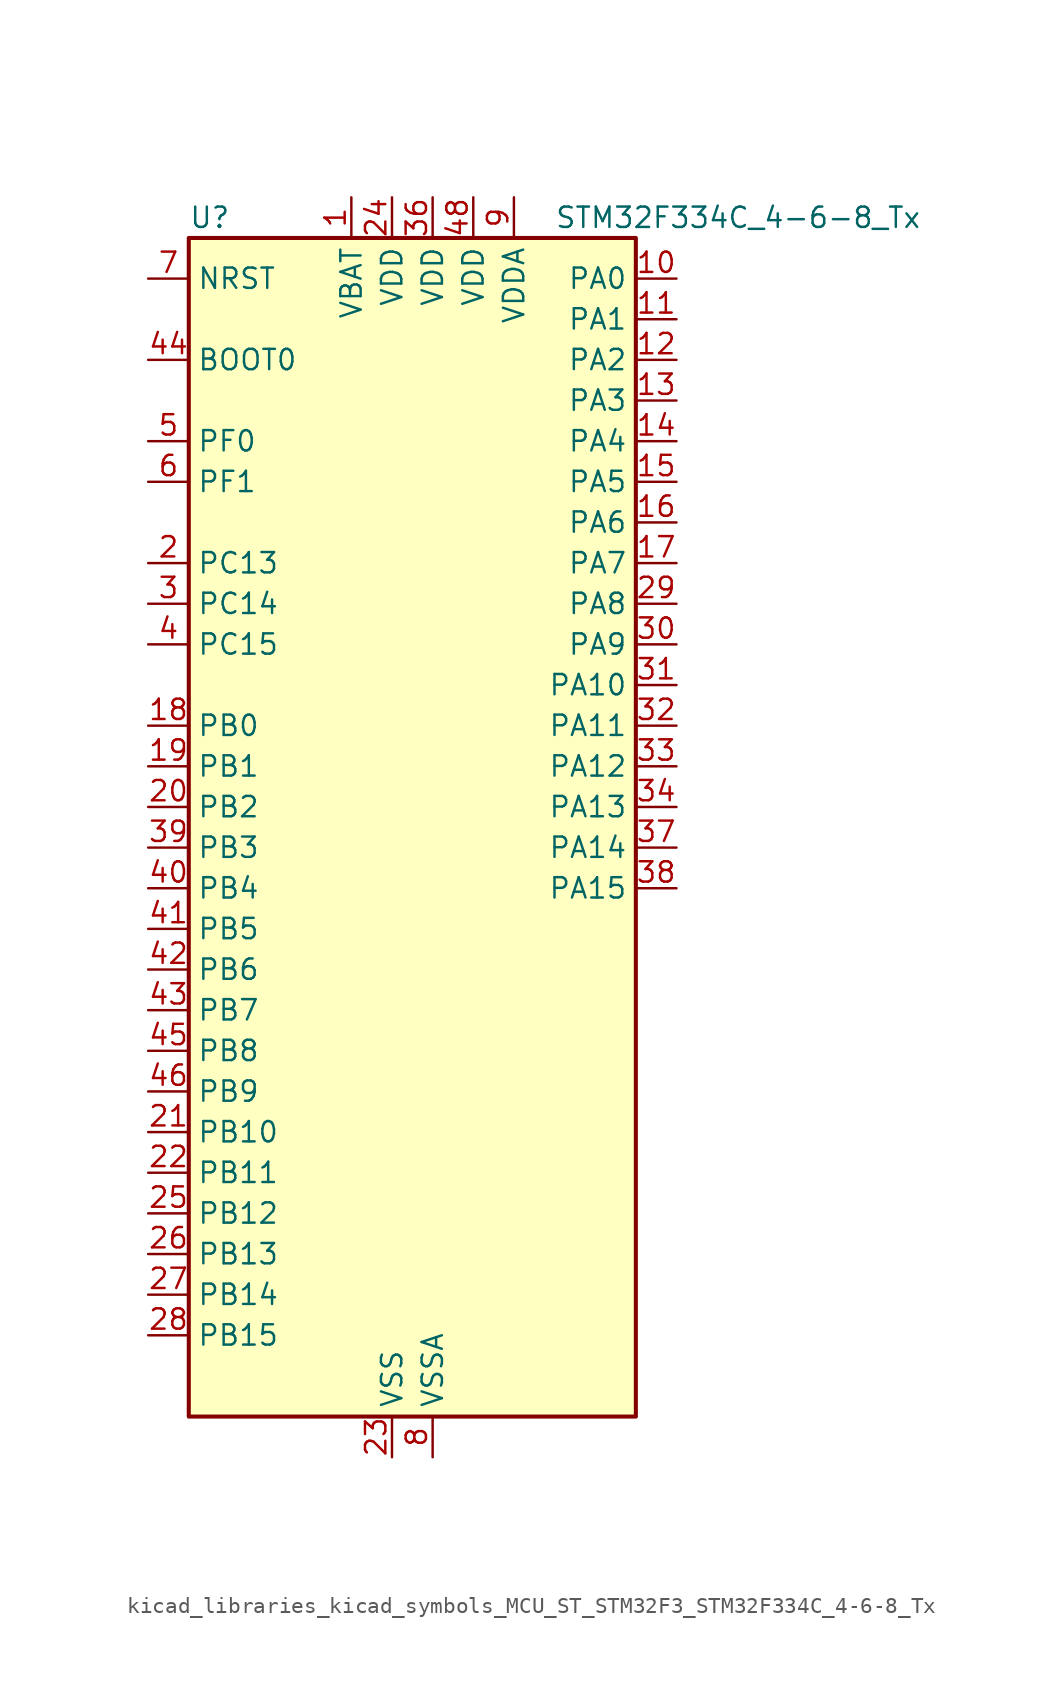
<source format=kicad_sym>
(kicad_symbol_lib
  (version 20220914)
  (generator kicad_symbol_editor)
  (symbol "kicad_libraries_kicad_symbols_MCU_ST_STM32F3_STM32F334C_4-6-8_Tx"
    (property "Reference" "U"
      (at -12.7 39.37 0)
      (effects (font (size 1.27 1.27)) (justify left)))
    (property "Value" "STM32F334C_4-6-8_Tx"
      (at 10.16 39.37 0)
      (effects (font (size 1.27 1.27)) (justify left)))
    (property "ki_locked" ""
      (at 0 0 0)
      (effects (font (size 1.27 1.27))))
    (symbol "kicad_libraries_kicad_symbols_MCU_ST_STM32F3_STM32F334C_4-6-8_Tx_0_1"
      (rectangle (start -12.7 -35.56) (end 15.24 38.1) (stroke (width 0.254) (type default)) (fill (type background))))
    (symbol "kicad_libraries_kicad_symbols_MCU_ST_STM32F3_STM32F334C_4-6-8_Tx_1_1"
      (pin power_in line (at -2.54 40.64 270) (length 2.54) (name "VBAT" (effects (font (size 1.27 1.27)))) (number "1" (effects (font (size 1.27 1.27)))))
      (pin bidirectional line (at 17.78 35.56 180) (length 2.54) (name "PA0" (effects (font (size 1.27 1.27)))) (number "10" (effects (font (size 1.27 1.27)))) (alternate "ADC1_IN1" bidirectional line) (alternate "RTC_TAMP2" bidirectional line) (alternate "SYS_WKUP1" bidirectional line) (alternate "TIM2_CH1" bidirectional line) (alternate "TIM2_ETR" bidirectional line) (alternate "TSC_G1_IO1" bidirectional line) (alternate "USART2_CTS" bidirectional line))
      (pin bidirectional line (at 17.78 33.02 180) (length 2.54) (name "PA1" (effects (font (size 1.27 1.27)))) (number "11" (effects (font (size 1.27 1.27)))) (alternate "ADC1_IN2" bidirectional line) (alternate "RTC_REFIN" bidirectional line) (alternate "TIM15_CH1N" bidirectional line) (alternate "TIM2_CH2" bidirectional line) (alternate "TSC_G1_IO2" bidirectional line) (alternate "USART2_DE" bidirectional line) (alternate "USART2_RTS" bidirectional line))
      (pin bidirectional line (at 17.78 30.48 180) (length 2.54) (name "PA2" (effects (font (size 1.27 1.27)))) (number "12" (effects (font (size 1.27 1.27)))) (alternate "ADC1_IN3" bidirectional line) (alternate "COMP2_INM" bidirectional line) (alternate "COMP2_OUT" bidirectional line) (alternate "TIM15_CH1" bidirectional line) (alternate "TIM2_CH3" bidirectional line) (alternate "TSC_G1_IO3" bidirectional line) (alternate "USART2_TX" bidirectional line))
      (pin bidirectional line (at 17.78 27.94 180) (length 2.54) (name "PA3" (effects (font (size 1.27 1.27)))) (number "13" (effects (font (size 1.27 1.27)))) (alternate "ADC1_IN4" bidirectional line) (alternate "TIM15_CH2" bidirectional line) (alternate "TIM2_CH4" bidirectional line) (alternate "TSC_G1_IO4" bidirectional line) (alternate "USART2_RX" bidirectional line))
      (pin bidirectional line (at 17.78 25.4 180) (length 2.54) (name "PA4" (effects (font (size 1.27 1.27)))) (number "14" (effects (font (size 1.27 1.27)))) (alternate "ADC2_IN1" bidirectional line) (alternate "COMP2_INM" bidirectional line) (alternate "COMP4_INM" bidirectional line) (alternate "COMP6_INM" bidirectional line) (alternate "DAC1_OUT1" bidirectional line) (alternate "SPI1_NSS" bidirectional line) (alternate "TIM3_CH2" bidirectional line) (alternate "TSC_G2_IO1" bidirectional line) (alternate "USART2_CK" bidirectional line))
      (pin bidirectional line (at 17.78 22.86 180) (length 2.54) (name "PA5" (effects (font (size 1.27 1.27)))) (number "15" (effects (font (size 1.27 1.27)))) (alternate "ADC2_IN2" bidirectional line) (alternate "DAC1_OUT2" bidirectional line) (alternate "OPAMP2_VINM" bidirectional line) (alternate "OPAMP2_VINM_SEC" bidirectional line) (alternate "SPI1_SCK" bidirectional line) (alternate "TIM2_CH1" bidirectional line) (alternate "TIM2_ETR" bidirectional line) (alternate "TSC_G2_IO2" bidirectional line))
      (pin bidirectional line (at 17.78 20.32 180) (length 2.54) (name "PA6" (effects (font (size 1.27 1.27)))) (number "16" (effects (font (size 1.27 1.27)))) (alternate "ADC2_IN3" bidirectional line) (alternate "DAC2_OUT1" bidirectional line) (alternate "OPAMP2_DIG" bidirectional line) (alternate "OPAMP2_VOUT" bidirectional line) (alternate "SPI1_MISO" bidirectional line) (alternate "TIM16_CH1" bidirectional line) (alternate "TIM1_BKIN" bidirectional line) (alternate "TIM3_CH1" bidirectional line) (alternate "TSC_G2_IO3" bidirectional line))
      (pin bidirectional line (at 17.78 17.78 180) (length 2.54) (name "PA7" (effects (font (size 1.27 1.27)))) (number "17" (effects (font (size 1.27 1.27)))) (alternate "ADC2_IN4" bidirectional line) (alternate "COMP2_INP" bidirectional line) (alternate "OPAMP2_VINP" bidirectional line) (alternate "OPAMP2_VINP_SEC" bidirectional line) (alternate "SPI1_MOSI" bidirectional line) (alternate "TIM17_CH1" bidirectional line) (alternate "TIM1_CH1N" bidirectional line) (alternate "TIM3_CH2" bidirectional line) (alternate "TSC_G2_IO4" bidirectional line))
      (pin bidirectional line (at -15.24 7.62 0) (length 2.54) (name "PB0" (effects (font (size 1.27 1.27)))) (number "18" (effects (font (size 1.27 1.27)))) (alternate "ADC1_IN11" bidirectional line) (alternate "COMP4_INP" bidirectional line) (alternate "OPAMP2_VINP" bidirectional line) (alternate "OPAMP2_VINP_SEC" bidirectional line) (alternate "TIM1_CH2N" bidirectional line) (alternate "TIM3_CH3" bidirectional line) (alternate "TSC_G3_IO2" bidirectional line))
      (pin bidirectional line (at -15.24 5.08 0) (length 2.54) (name "PB1" (effects (font (size 1.27 1.27)))) (number "19" (effects (font (size 1.27 1.27)))) (alternate "ADC1_IN12" bidirectional line) (alternate "COMP4_OUT" bidirectional line) (alternate "HRTIM1_SCOUT" bidirectional line) (alternate "TIM1_CH3N" bidirectional line) (alternate "TIM3_CH4" bidirectional line) (alternate "TSC_G3_IO3" bidirectional line))
      (pin bidirectional line (at -15.24 17.78 0) (length 2.54) (name "PC13" (effects (font (size 1.27 1.27)))) (number "2" (effects (font (size 1.27 1.27)))) (alternate "RTC_OUT_ALARM" bidirectional line) (alternate "RTC_OUT_CALIB" bidirectional line) (alternate "RTC_TAMP1" bidirectional line) (alternate "RTC_TS" bidirectional line) (alternate "SYS_WKUP2" bidirectional line) (alternate "TIM1_CH1N" bidirectional line))
      (pin bidirectional line (at -15.24 2.54 0) (length 2.54) (name "PB2" (effects (font (size 1.27 1.27)))) (number "20" (effects (font (size 1.27 1.27)))) (alternate "ADC2_IN12" bidirectional line) (alternate "COMP4_INM" bidirectional line) (alternate "HRTIM1_SCIN" bidirectional line) (alternate "TSC_G3_IO4" bidirectional line))
      (pin bidirectional line (at -15.24 -17.78 0) (length 2.54) (name "PB10" (effects (font (size 1.27 1.27)))) (number "21" (effects (font (size 1.27 1.27)))) (alternate "HRTIM1_FLT3" bidirectional line) (alternate "TIM2_CH3" bidirectional line) (alternate "TSC_SYNC" bidirectional line) (alternate "USART3_TX" bidirectional line))
      (pin bidirectional line (at -15.24 -20.32 0) (length 2.54) (name "PB11" (effects (font (size 1.27 1.27)))) (number "22" (effects (font (size 1.27 1.27)))) (alternate "ADC1_EXTI11" bidirectional line) (alternate "ADC2_EXTI11" bidirectional line) (alternate "COMP6_INP" bidirectional line) (alternate "HRTIM1_FLT4" bidirectional line) (alternate "TIM2_CH4" bidirectional line) (alternate "TSC_G6_IO1" bidirectional line) (alternate "USART3_RX" bidirectional line))
      (pin power_in line (at 0 -38.1 90) (length 2.54) (name "VSS" (effects (font (size 1.27 1.27)))) (number "23" (effects (font (size 1.27 1.27)))))
      (pin power_in line (at 0 40.64 270) (length 2.54) (name "VDD" (effects (font (size 1.27 1.27)))) (number "24" (effects (font (size 1.27 1.27)))))
      (pin bidirectional line (at -15.24 -22.86 0) (length 2.54) (name "PB12" (effects (font (size 1.27 1.27)))) (number "25" (effects (font (size 1.27 1.27)))) (alternate "ADC2_IN13" bidirectional line) (alternate "HRTIM1_CHC1" bidirectional line) (alternate "TIM1_BKIN" bidirectional line) (alternate "TSC_G6_IO2" bidirectional line) (alternate "USART3_CK" bidirectional line))
      (pin bidirectional line (at -15.24 -25.4 0) (length 2.54) (name "PB13" (effects (font (size 1.27 1.27)))) (number "26" (effects (font (size 1.27 1.27)))) (alternate "ADC1_IN13" bidirectional line) (alternate "HRTIM1_CHC2" bidirectional line) (alternate "TIM1_CH1N" bidirectional line) (alternate "TSC_G6_IO3" bidirectional line) (alternate "USART3_CTS" bidirectional line))
      (pin bidirectional line (at -15.24 -27.94 0) (length 2.54) (name "PB14" (effects (font (size 1.27 1.27)))) (number "27" (effects (font (size 1.27 1.27)))) (alternate "ADC2_IN14" bidirectional line) (alternate "HRTIM1_CHD1" bidirectional line) (alternate "OPAMP2_VINP" bidirectional line) (alternate "OPAMP2_VINP_SEC" bidirectional line) (alternate "TIM15_CH1" bidirectional line) (alternate "TIM1_CH2N" bidirectional line) (alternate "TSC_G6_IO4" bidirectional line) (alternate "USART3_DE" bidirectional line) (alternate "USART3_RTS" bidirectional line))
      (pin bidirectional line (at -15.24 -30.48 0) (length 2.54) (name "PB15" (effects (font (size 1.27 1.27)))) (number "28" (effects (font (size 1.27 1.27)))) (alternate "ADC1_EXTI15" bidirectional line) (alternate "ADC2_EXTI15" bidirectional line) (alternate "ADC2_IN15" bidirectional line) (alternate "COMP6_INM" bidirectional line) (alternate "HRTIM1_CHD2" bidirectional line) (alternate "RTC_REFIN" bidirectional line) (alternate "TIM15_CH1N" bidirectional line) (alternate "TIM15_CH2" bidirectional line) (alternate "TIM1_CH3N" bidirectional line))
      (pin bidirectional line (at 17.78 15.24 180) (length 2.54) (name "PA8" (effects (font (size 1.27 1.27)))) (number "29" (effects (font (size 1.27 1.27)))) (alternate "HRTIM1_CHA1" bidirectional line) (alternate "RCC_MCO" bidirectional line) (alternate "TIM1_CH1" bidirectional line) (alternate "USART1_CK" bidirectional line))
      (pin bidirectional line (at -15.24 15.24 0) (length 2.54) (name "PC14" (effects (font (size 1.27 1.27)))) (number "3" (effects (font (size 1.27 1.27)))) (alternate "RCC_OSC32_IN" bidirectional line))
      (pin bidirectional line (at 17.78 12.7 180) (length 2.54) (name "PA9" (effects (font (size 1.27 1.27)))) (number "30" (effects (font (size 1.27 1.27)))) (alternate "DAC1_EXTI9" bidirectional line) (alternate "DAC2_EXTI9" bidirectional line) (alternate "HRTIM1_CHA2" bidirectional line) (alternate "TIM15_BKIN" bidirectional line) (alternate "TIM1_CH2" bidirectional line) (alternate "TIM2_CH3" bidirectional line) (alternate "TSC_G4_IO1" bidirectional line) (alternate "USART1_TX" bidirectional line))
      (pin bidirectional line (at 17.78 10.16 180) (length 2.54) (name "PA10" (effects (font (size 1.27 1.27)))) (number "31" (effects (font (size 1.27 1.27)))) (alternate "COMP6_OUT" bidirectional line) (alternate "HRTIM1_CHB1" bidirectional line) (alternate "TIM17_BKIN" bidirectional line) (alternate "TIM1_CH3" bidirectional line) (alternate "TIM2_CH4" bidirectional line) (alternate "TSC_G4_IO2" bidirectional line) (alternate "USART1_RX" bidirectional line))
      (pin bidirectional line (at 17.78 7.62 180) (length 2.54) (name "PA11" (effects (font (size 1.27 1.27)))) (number "32" (effects (font (size 1.27 1.27)))) (alternate "ADC1_EXTI11" bidirectional line) (alternate "ADC2_EXTI11" bidirectional line) (alternate "CAN_RX" bidirectional line) (alternate "HRTIM1_CHB2" bidirectional line) (alternate "TIM1_BKIN2" bidirectional line) (alternate "TIM1_CH1N" bidirectional line) (alternate "TIM1_CH4" bidirectional line) (alternate "USART1_CTS" bidirectional line))
      (pin bidirectional line (at 17.78 5.08 180) (length 2.54) (name "PA12" (effects (font (size 1.27 1.27)))) (number "33" (effects (font (size 1.27 1.27)))) (alternate "CAN_TX" bidirectional line) (alternate "COMP2_OUT" bidirectional line) (alternate "HRTIM1_FLT1" bidirectional line) (alternate "TIM16_CH1" bidirectional line) (alternate "TIM1_CH2N" bidirectional line) (alternate "TIM1_ETR" bidirectional line) (alternate "USART1_DE" bidirectional line) (alternate "USART1_RTS" bidirectional line))
      (pin bidirectional line (at 17.78 2.54 180) (length 2.54) (name "PA13" (effects (font (size 1.27 1.27)))) (number "34" (effects (font (size 1.27 1.27)))) (alternate "IR_OUT" bidirectional line) (alternate "SYS_JTMS-SWDIO" bidirectional line) (alternate "TIM16_CH1N" bidirectional line) (alternate "TSC_G4_IO3" bidirectional line) (alternate "USART3_CTS" bidirectional line))
      (pin passive line (at 0 -38.1 90) (length 2.54) hide (name "VSS" (effects (font (size 1.27 1.27)))) (number "35" (effects (font (size 1.27 1.27)))))
      (pin power_in line (at 2.54 40.64 270) (length 2.54) (name "VDD" (effects (font (size 1.27 1.27)))) (number "36" (effects (font (size 1.27 1.27)))))
      (pin bidirectional line (at 17.78 0 180) (length 2.54) (name "PA14" (effects (font (size 1.27 1.27)))) (number "37" (effects (font (size 1.27 1.27)))) (alternate "I2C1_SDA" bidirectional line) (alternate "SYS_JTCK-SWCLK" bidirectional line) (alternate "TIM1_BKIN" bidirectional line) (alternate "TSC_G4_IO4" bidirectional line) (alternate "USART2_TX" bidirectional line))
      (pin bidirectional line (at 17.78 -2.54 180) (length 2.54) (name "PA15" (effects (font (size 1.27 1.27)))) (number "38" (effects (font (size 1.27 1.27)))) (alternate "ADC1_EXTI15" bidirectional line) (alternate "ADC2_EXTI15" bidirectional line) (alternate "HRTIM1_FLT2" bidirectional line) (alternate "I2C1_SCL" bidirectional line) (alternate "SPI1_NSS" bidirectional line) (alternate "SYS_JTDI" bidirectional line) (alternate "TIM1_BKIN" bidirectional line) (alternate "TIM2_CH1" bidirectional line) (alternate "TIM2_ETR" bidirectional line) (alternate "TSC_SYNC" bidirectional line) (alternate "USART2_RX" bidirectional line))
      (pin bidirectional line (at -15.24 0 0) (length 2.54) (name "PB3" (effects (font (size 1.27 1.27)))) (number "39" (effects (font (size 1.27 1.27)))) (alternate "HRTIM1_EEV9" bidirectional line) (alternate "HRTIM1_SCOUT" bidirectional line) (alternate "SPI1_SCK" bidirectional line) (alternate "SYS_JTDO-TRACESWO" bidirectional line) (alternate "TIM2_CH2" bidirectional line) (alternate "TIM3_ETR" bidirectional line) (alternate "TSC_G5_IO1" bidirectional line) (alternate "USART2_TX" bidirectional line))
      (pin bidirectional line (at -15.24 12.7 0) (length 2.54) (name "PC15" (effects (font (size 1.27 1.27)))) (number "4" (effects (font (size 1.27 1.27)))) (alternate "ADC1_EXTI15" bidirectional line) (alternate "ADC2_EXTI15" bidirectional line) (alternate "RCC_OSC32_OUT" bidirectional line))
      (pin bidirectional line (at -15.24 -2.54 0) (length 2.54) (name "PB4" (effects (font (size 1.27 1.27)))) (number "40" (effects (font (size 1.27 1.27)))) (alternate "HRTIM1_EEV7" bidirectional line) (alternate "SPI1_MISO" bidirectional line) (alternate "SYS_NJTRST" bidirectional line) (alternate "TIM16_CH1" bidirectional line) (alternate "TIM17_BKIN" bidirectional line) (alternate "TIM3_CH1" bidirectional line) (alternate "TSC_G5_IO2" bidirectional line) (alternate "USART2_RX" bidirectional line))
      (pin bidirectional line (at -15.24 -5.08 0) (length 2.54) (name "PB5" (effects (font (size 1.27 1.27)))) (number "41" (effects (font (size 1.27 1.27)))) (alternate "HRTIM1_EEV6" bidirectional line) (alternate "I2C1_SMBA" bidirectional line) (alternate "SPI1_MOSI" bidirectional line) (alternate "TIM16_BKIN" bidirectional line) (alternate "TIM17_CH1" bidirectional line) (alternate "TIM3_CH2" bidirectional line) (alternate "USART2_CK" bidirectional line))
      (pin bidirectional line (at -15.24 -7.62 0) (length 2.54) (name "PB6" (effects (font (size 1.27 1.27)))) (number "42" (effects (font (size 1.27 1.27)))) (alternate "HRTIM1_EEV4" bidirectional line) (alternate "HRTIM1_SCIN" bidirectional line) (alternate "I2C1_SCL" bidirectional line) (alternate "TIM16_CH1N" bidirectional line) (alternate "TSC_G5_IO3" bidirectional line) (alternate "USART1_TX" bidirectional line))
      (pin bidirectional line (at -15.24 -10.16 0) (length 2.54) (name "PB7" (effects (font (size 1.27 1.27)))) (number "43" (effects (font (size 1.27 1.27)))) (alternate "HRTIM1_EEV3" bidirectional line) (alternate "I2C1_SDA" bidirectional line) (alternate "TIM17_CH1N" bidirectional line) (alternate "TIM3_CH4" bidirectional line) (alternate "TSC_G5_IO4" bidirectional line) (alternate "USART1_RX" bidirectional line))
      (pin input line (at -15.24 30.48 0) (length 2.54) (name "BOOT0" (effects (font (size 1.27 1.27)))) (number "44" (effects (font (size 1.27 1.27)))))
      (pin bidirectional line (at -15.24 -12.7 0) (length 2.54) (name "PB8" (effects (font (size 1.27 1.27)))) (number "45" (effects (font (size 1.27 1.27)))) (alternate "CAN_RX" bidirectional line) (alternate "HRTIM1_EEV8" bidirectional line) (alternate "I2C1_SCL" bidirectional line) (alternate "TIM16_CH1" bidirectional line) (alternate "TIM1_BKIN" bidirectional line) (alternate "TSC_SYNC" bidirectional line) (alternate "USART3_RX" bidirectional line))
      (pin bidirectional line (at -15.24 -15.24 0) (length 2.54) (name "PB9" (effects (font (size 1.27 1.27)))) (number "46" (effects (font (size 1.27 1.27)))) (alternate "CAN_TX" bidirectional line) (alternate "COMP2_OUT" bidirectional line) (alternate "DAC1_EXTI9" bidirectional line) (alternate "DAC2_EXTI9" bidirectional line) (alternate "HRTIM1_EEV5" bidirectional line) (alternate "I2C1_SDA" bidirectional line) (alternate "IR_OUT" bidirectional line) (alternate "TIM17_CH1" bidirectional line) (alternate "USART3_TX" bidirectional line))
      (pin passive line (at 0 -38.1 90) (length 2.54) hide (name "VSS" (effects (font (size 1.27 1.27)))) (number "47" (effects (font (size 1.27 1.27)))))
      (pin power_in line (at 5.08 40.64 270) (length 2.54) (name "VDD" (effects (font (size 1.27 1.27)))) (number "48" (effects (font (size 1.27 1.27)))))
      (pin bidirectional line (at -15.24 25.4 0) (length 2.54) (name "PF0" (effects (font (size 1.27 1.27)))) (number "5" (effects (font (size 1.27 1.27)))) (alternate "RCC_OSC_IN" bidirectional line) (alternate "TIM1_CH3N" bidirectional line))
      (pin bidirectional line (at -15.24 22.86 0) (length 2.54) (name "PF1" (effects (font (size 1.27 1.27)))) (number "6" (effects (font (size 1.27 1.27)))) (alternate "RCC_OSC_OUT" bidirectional line))
      (pin input line (at -15.24 35.56 0) (length 2.54) (name "NRST" (effects (font (size 1.27 1.27)))) (number "7" (effects (font (size 1.27 1.27)))))
      (pin power_in line (at 2.54 -38.1 90) (length 2.54) (name "VSSA" (effects (font (size 1.27 1.27)))) (number "8" (effects (font (size 1.27 1.27)))))
      (pin power_in line (at 7.62 40.64 270) (length 2.54) (name "VDDA" (effects (font (size 1.27 1.27)))) (number "9" (effects (font (size 1.27 1.27))))))))
</source>
